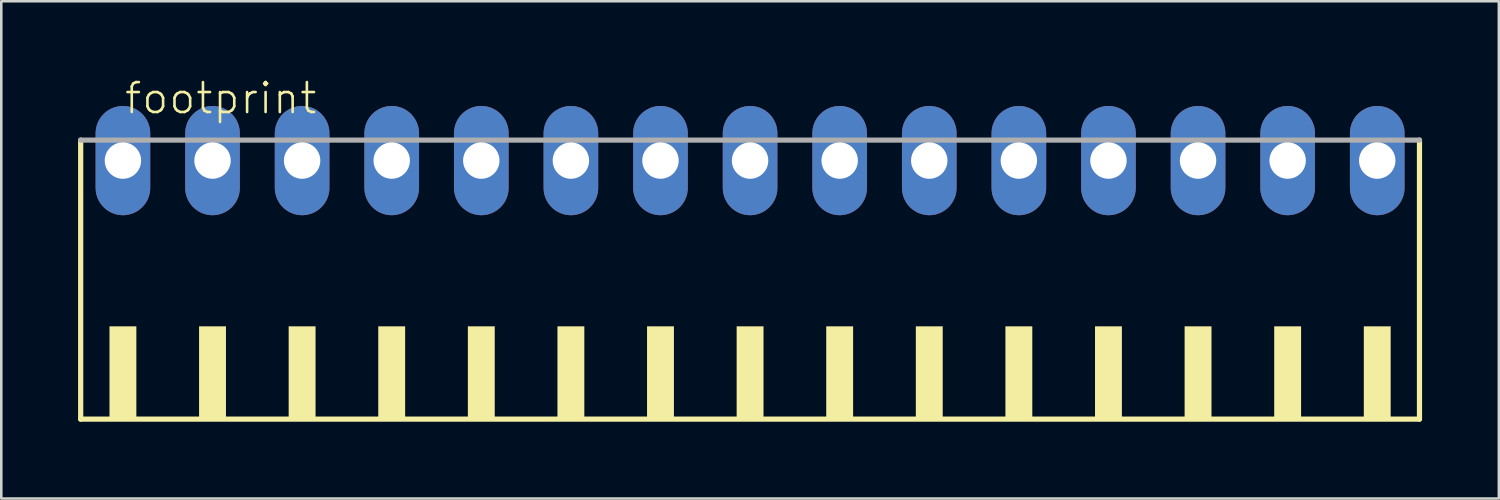
<source format=kicad_pcb>
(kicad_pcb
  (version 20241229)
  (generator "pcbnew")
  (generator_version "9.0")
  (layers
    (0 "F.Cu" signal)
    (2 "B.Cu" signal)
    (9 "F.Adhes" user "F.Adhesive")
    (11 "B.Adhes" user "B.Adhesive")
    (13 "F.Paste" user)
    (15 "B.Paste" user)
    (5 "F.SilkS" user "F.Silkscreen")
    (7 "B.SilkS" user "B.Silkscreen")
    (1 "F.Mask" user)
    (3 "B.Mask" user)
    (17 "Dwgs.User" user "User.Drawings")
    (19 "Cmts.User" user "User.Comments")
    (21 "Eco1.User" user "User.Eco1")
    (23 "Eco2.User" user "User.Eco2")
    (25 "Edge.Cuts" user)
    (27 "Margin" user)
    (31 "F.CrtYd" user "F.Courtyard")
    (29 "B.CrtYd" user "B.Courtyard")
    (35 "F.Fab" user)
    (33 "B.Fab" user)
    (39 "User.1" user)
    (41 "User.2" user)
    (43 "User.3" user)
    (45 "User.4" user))
  (footprint "footprint"
    (layer "F.Cu")
    (at 26.252 8.473)
    (property "Reference" "footprint" (at -24.5 -7 0) (layer "F.SilkS") (effects (font (size 1.168 1.168) (thickness 0.102)) (justify left bottom)))
    (fp_line (start -26.15 -6.05) (end -26.15 4.85) (stroke (width 0.203) (type solid)) (layer "F.SilkS"))
    (fp_line (start -26.15 4.85) (end 26.15 4.85) (stroke (width 0.203) (type solid)) (layer "F.SilkS"))
    (fp_line (start 26.15 4.85) (end 26.15 -6.05) (stroke (width 0.203) (type solid)) (layer "F.SilkS"))
    (fp_poly (pts (xy -25.025 4.9) (xy -23.975 4.9) (xy -23.975 1.225) (xy -25.025 1.225)) (stroke (width 0) (type solid)) (fill yes) (layer "F.SilkS"))
    (fp_poly (pts (xy -21.525 4.9) (xy -20.475 4.9) (xy -20.475 1.225) (xy -21.525 1.225)) (stroke (width 0) (type solid)) (fill yes) (layer "F.SilkS"))
    (fp_poly (pts (xy -18.025 4.9) (xy -16.975 4.9) (xy -16.975 1.225) (xy -18.025 1.225)) (stroke (width 0) (type solid)) (fill yes) (layer "F.SilkS"))
    (fp_poly (pts (xy -14.525 4.9) (xy -13.475 4.9) (xy -13.475 1.225) (xy -14.525 1.225)) (stroke (width 0) (type solid)) (fill yes) (layer "F.SilkS"))
    (fp_poly (pts (xy -11.025 4.9) (xy -9.975 4.9) (xy -9.975 1.225) (xy -11.025 1.225)) (stroke (width 0) (type solid)) (fill yes) (layer "F.SilkS"))
    (fp_poly (pts (xy -7.525 4.9) (xy -6.475 4.9) (xy -6.475 1.225) (xy -7.525 1.225)) (stroke (width 0) (type solid)) (fill yes) (layer "F.SilkS"))
    (fp_poly (pts (xy -4.025 4.9) (xy -2.975 4.9) (xy -2.975 1.225) (xy -4.025 1.225)) (stroke (width 0) (type solid)) (fill yes) (layer "F.SilkS"))
    (fp_poly (pts (xy -0.525 4.9) (xy 0.525 4.9) (xy 0.525 1.225) (xy -0.525 1.225)) (stroke (width 0) (type solid)) (fill yes) (layer "F.SilkS"))
    (fp_poly (pts (xy 2.975 4.9) (xy 4.025 4.9) (xy 4.025 1.225) (xy 2.975 1.225)) (stroke (width 0) (type solid)) (fill yes) (layer "F.SilkS"))
    (fp_poly (pts (xy 6.475 4.9) (xy 7.525 4.9) (xy 7.525 1.225) (xy 6.475 1.225)) (stroke (width 0) (type solid)) (fill yes) (layer "F.SilkS"))
    (fp_poly (pts (xy 9.975 4.9) (xy 11.025 4.9) (xy 11.025 1.225) (xy 9.975 1.225)) (stroke (width 0) (type solid)) (fill yes) (layer "F.SilkS"))
    (fp_poly (pts (xy 13.475 4.9) (xy 14.525 4.9) (xy 14.525 1.225) (xy 13.475 1.225)) (stroke (width 0) (type solid)) (fill yes) (layer "F.SilkS"))
    (fp_poly (pts (xy 16.975 4.9) (xy 18.025 4.9) (xy 18.025 1.225) (xy 16.975 1.225)) (stroke (width 0) (type solid)) (fill yes) (layer "F.SilkS"))
    (fp_poly (pts (xy 20.475 4.9) (xy 21.525 4.9) (xy 21.525 1.225) (xy 20.475 1.225)) (stroke (width 0) (type solid)) (fill yes) (layer "F.SilkS"))
    (fp_poly (pts (xy 23.975 4.9) (xy 25.025 4.9) (xy 25.025 1.225) (xy 23.975 1.225)) (stroke (width 0) (type solid)) (fill yes) (layer "F.SilkS"))
    (fp_line (start 26.15 -6.05) (end -26.15 -6.05) (stroke (width 0.203) (type solid)) (layer "F.Fab"))
    (pad "1" thru_hole oval (at -24.5 -5.25 90) (size 4.267 2.134) (drill 1.422) (layers "*.Cu" "*.Mask"))
    (pad "2" thru_hole oval (at -21 -5.25 90) (size 4.267 2.134) (drill 1.422) (layers "*.Cu" "*.Mask"))
    (pad "3" thru_hole oval (at -17.5 -5.25 90) (size 4.267 2.134) (drill 1.422) (layers "*.Cu" "*.Mask"))
    (pad "4" thru_hole oval (at -14 -5.25 90) (size 4.267 2.134) (drill 1.422) (layers "*.Cu" "*.Mask"))
    (pad "5" thru_hole oval (at -10.5 -5.25 90) (size 4.267 2.134) (drill 1.422) (layers "*.Cu" "*.Mask"))
    (pad "6" thru_hole oval (at -7 -5.25 90) (size 4.267 2.134) (drill 1.422) (layers "*.Cu" "*.Mask"))
    (pad "7" thru_hole oval (at -3.5 -5.25 90) (size 4.267 2.134) (drill 1.422) (layers "*.Cu" "*.Mask"))
    (pad "8" thru_hole oval (at 0 -5.25 90) (size 4.267 2.134) (drill 1.422) (layers "*.Cu" "*.Mask"))
    (pad "9" thru_hole oval (at 3.5 -5.25 90) (size 4.267 2.134) (drill 1.422) (layers "*.Cu" "*.Mask"))
    (pad "10" thru_hole oval (at 7 -5.25 90) (size 4.267 2.134) (drill 1.422) (layers "*.Cu" "*.Mask"))
    (pad "11" thru_hole oval (at 10.5 -5.25 90) (size 4.267 2.134) (drill 1.422) (layers "*.Cu" "*.Mask"))
    (pad "12" thru_hole oval (at 14 -5.25 90) (size 4.267 2.134) (drill 1.422) (layers "*.Cu" "*.Mask"))
    (pad "13" thru_hole oval (at 17.5 -5.25 90) (size 4.267 2.134) (drill 1.422) (layers "*.Cu" "*.Mask"))
    (pad "14" thru_hole oval (at 21 -5.25 90) (size 4.267 2.134) (drill 1.422) (layers "*.Cu" "*.Mask"))
    (pad "15" thru_hole oval (at 24.5 -5.25 90) (size 4.267 2.134) (drill 1.422) (layers "*.Cu" "*.Mask")))
  (gr_rect
    (start -3 -3)
    (end 55.503 16.425)
    (stroke (width 0.1) (type default))
    (fill no)
    (layer "Edge.Cuts")))
</source>
